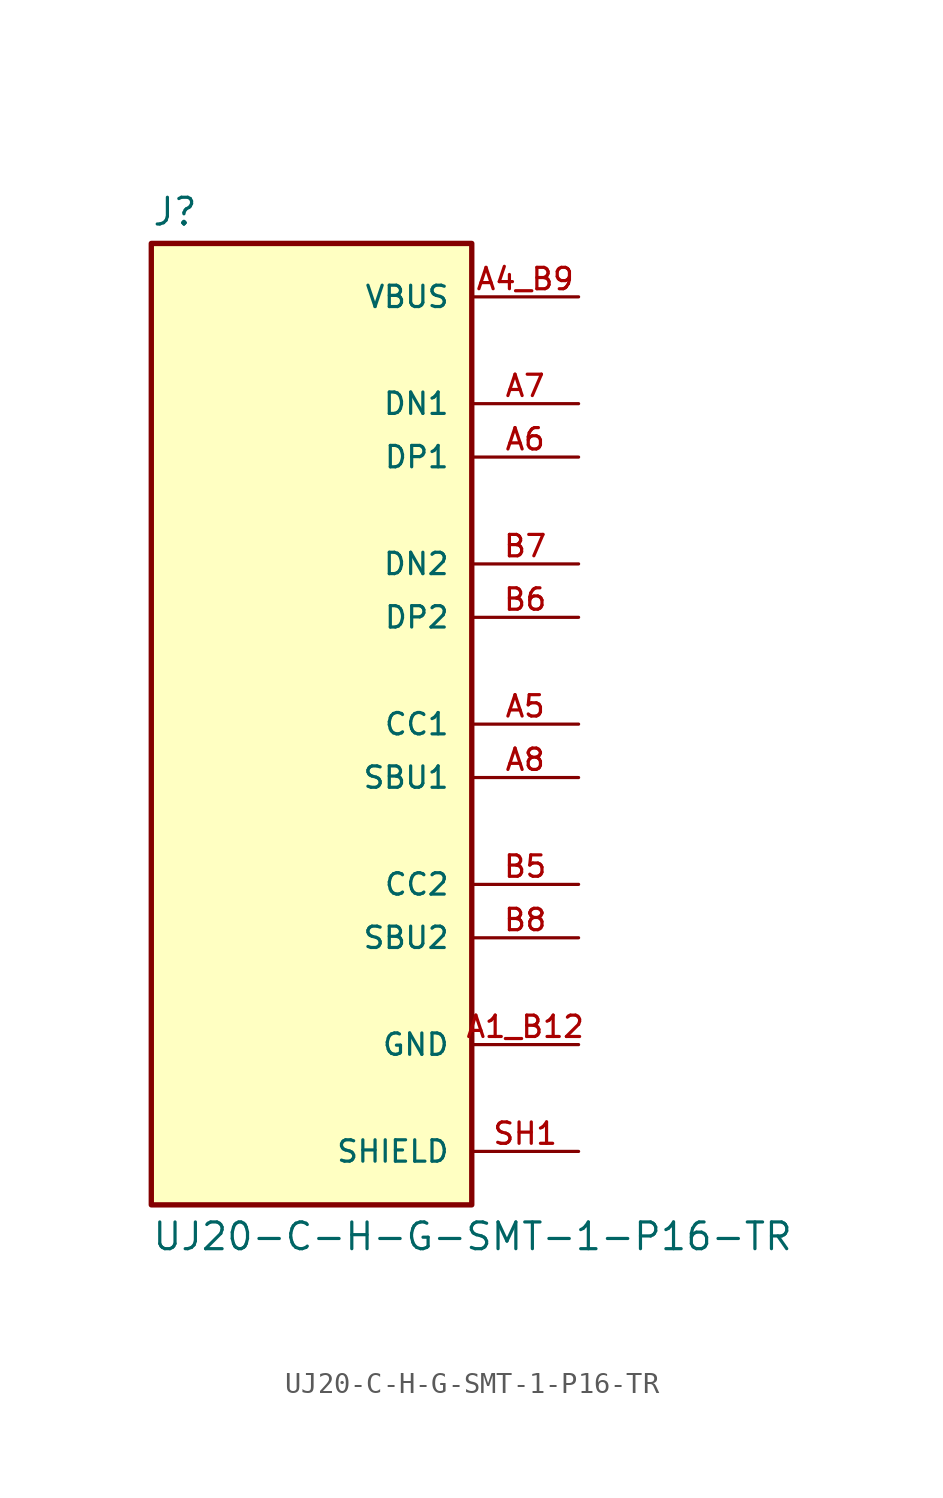
<source format=kicad_sym>
(kicad_symbol_lib
  (version 20211014)
  (generator kicad_symbol_editor)
  (symbol "UJ20-C-H-G-SMT-1-P16-TR"
    (pin_names
      (offset 1.016))
    (property "Reference" "J"
      (at -7.62 23.622 0)
      (effects (font (size 1.27 1.27)) (justify bottom left)))
    (property "Value" "UJ20-C-H-G-SMT-1-P16-TR"
      (at -7.62 -23.622 0)
      (effects (font (size 1.27 1.27)) (justify top left)))
    (symbol "UJ20-C-H-G-SMT-1-P16-TR_0_0"
      (rectangle (start -7.62 -22.86) (end 7.62 22.86) (stroke (width 0.254)) (fill (type background)))
      (pin passive line (at 12.7 20.32 180.0) (length 5.08) (name "VBUS" (effects (font (size 1.016 1.016)))) (number "A4_B9" (effects (font (size 1.016 1.016)))))
      (pin passive line (at 12.7 20.32 180.0) (length 5.08) hide (name "VBUS" (effects (font (size 1.016 1.016)))) (number "B4_A9" (effects (font (size 1.016 1.016)))))
      (pin passive line (at 12.7 -20.32 180.0) (length 5.08) (name "SHIELD" (effects (font (size 1.016 1.016)))) (number "SH1" (effects (font (size 1.016 1.016)))))
      (pin passive line (at 12.7 -20.32 180.0) (length 5.08) hide (name "SHIELD" (effects (font (size 1.016 1.016)))) (number "SH2" (effects (font (size 1.016 1.016)))))
      (pin passive line (at 12.7 -20.32 180.0) (length 5.08) hide (name "SHIELD" (effects (font (size 1.016 1.016)))) (number "SH3" (effects (font (size 1.016 1.016)))))
      (pin passive line (at 12.7 -20.32 180.0) (length 5.08) hide (name "SHIELD" (effects (font (size 1.016 1.016)))) (number "SH4" (effects (font (size 1.016 1.016)))))
      (pin passive line (at 12.7 15.24 180.0) (length 5.08) (name "DN1" (effects (font (size 1.016 1.016)))) (number "A7" (effects (font (size 1.016 1.016)))))
      (pin passive line (at 12.7 12.7 180.0) (length 5.08) (name "DP1" (effects (font (size 1.016 1.016)))) (number "A6" (effects (font (size 1.016 1.016)))))
      (pin passive line (at 12.7 7.62 180.0) (length 5.08) (name "DN2" (effects (font (size 1.016 1.016)))) (number "B7" (effects (font (size 1.016 1.016)))))
      (pin passive line (at 12.7 5.08 180.0) (length 5.08) (name "DP2" (effects (font (size 1.016 1.016)))) (number "B6" (effects (font (size 1.016 1.016)))))
      (pin passive line (at 12.7 -15.24 180.0) (length 5.08) (name "GND" (effects (font (size 1.016 1.016)))) (number "A1_B12" (effects (font (size 1.016 1.016)))))
      (pin passive line (at 12.7 -15.24 180.0) (length 5.08) hide (name "GND" (effects (font (size 1.016 1.016)))) (number "B1_A12" (effects (font (size 1.016 1.016)))))
      (pin passive line (at 12.7 0.0 180.0) (length 5.08) (name "CC1" (effects (font (size 1.016 1.016)))) (number "A5" (effects (font (size 1.016 1.016)))))
      (pin passive line (at 12.7 -2.54 180.0) (length 5.08) (name "SBU1" (effects (font (size 1.016 1.016)))) (number "A8" (effects (font (size 1.016 1.016)))))
      (pin passive line (at 12.7 -7.62 180.0) (length 5.08) (name "CC2" (effects (font (size 1.016 1.016)))) (number "B5" (effects (font (size 1.016 1.016)))))
      (pin passive line (at 12.7 -10.16 180.0) (length 5.08) (name "SBU2" (effects (font (size 1.016 1.016)))) (number "B8" (effects (font (size 1.016 1.016))))))))
</source>
